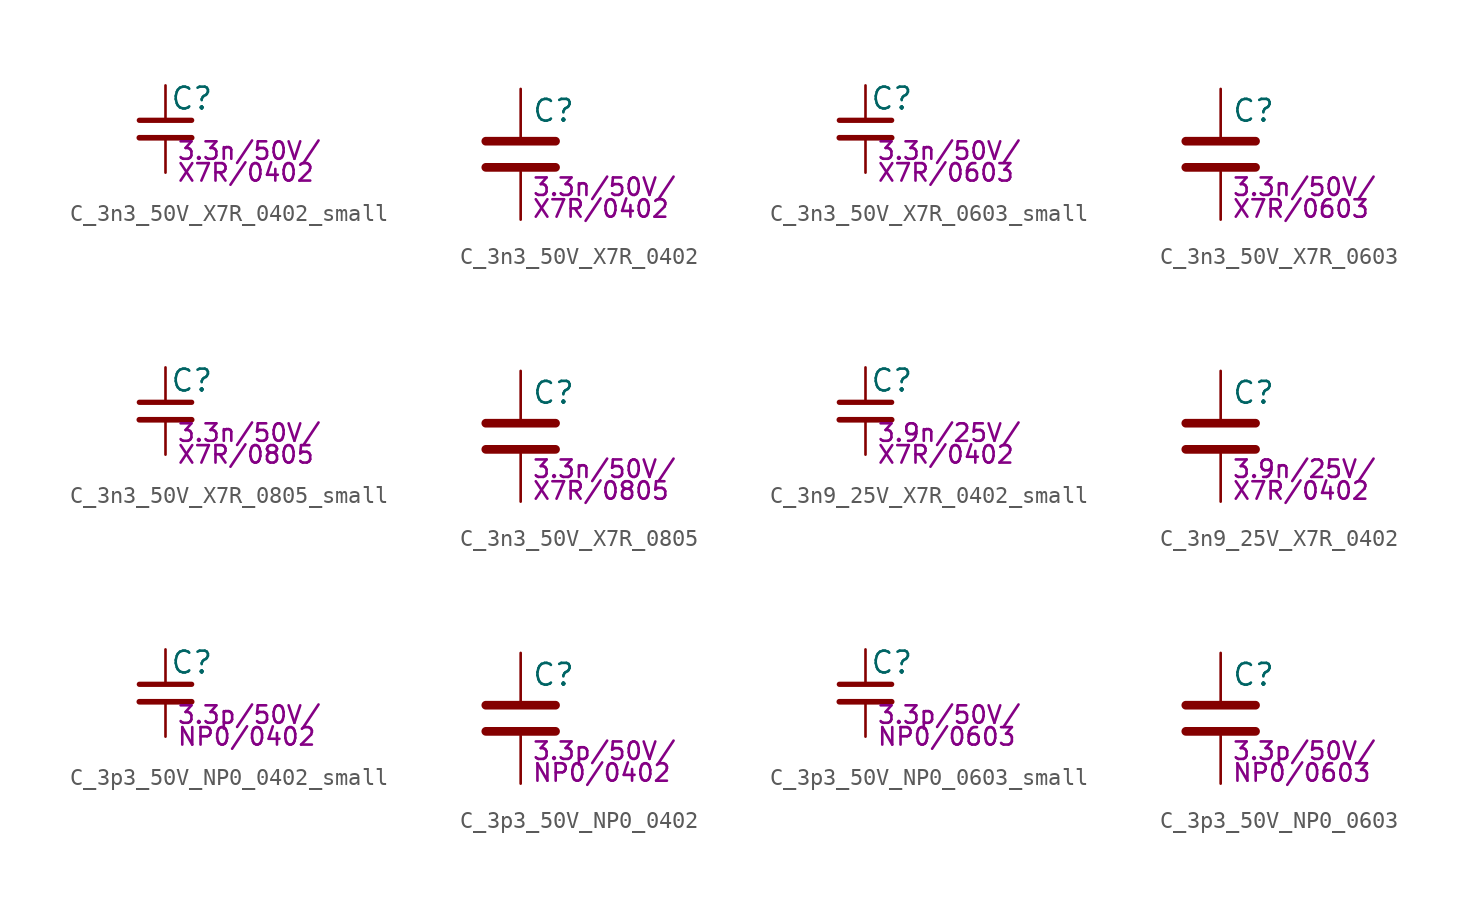
<source format=kicad_sym>
(kicad_symbol_lib
  (version 20211014)
  (generator kicad_symbol_editor)
  (symbol "C_3n3_50V_X7R_0402_small"
    (pin_numbers hide)
    (pin_names
      (offset 0.254) hide)
    (property "Reference" "C"
      (at 0.254 1.778 0)
      (effects (font (size 1.27 1.27)) (justify left)))
    (property "Params" "3.3n/50V/"
      (at 0.635 -1.27 0)
      (effects (font (size 1.016 1.016)) (justify left)))
    (property "Params2" "X7R/0402"
      (at 0.635 -2.54 0)
      (effects (font (size 1.016 1.016)) (justify left)))
    (symbol "C_3n3_50V_X7R_0402_small_0_1"
      (polyline (pts (xy -1.524 -0.508) (xy 1.524 -0.508)) (stroke (width 0.33) (type default) (color 0 0 0 0)) (fill (type none)))
      (polyline (pts (xy -1.524 0.508) (xy 1.524 0.508)) (stroke (width 0.305) (type default) (color 0 0 0 0)) (fill (type none))))
    (symbol "C_3n3_50V_X7R_0402_small_1_1"
      (pin passive line (at 0 2.54 270) (length 2.032) (name "~" (effects (font (size 1.27 1.27)))) (number "1" (effects (font (size 1.27 1.27)))))
      (pin passive line (at 0 -2.54 90) (length 2.032) (name "~" (effects (font (size 1.27 1.27)))) (number "2" (effects (font (size 1.27 1.27)))))))
  (symbol "C_3n3_50V_X7R_0402"
    (pin_numbers hide)
    (pin_names
      (offset 0.254))
    (property "Reference" "C"
      (at 0.635 2.54 0)
      (effects (font (size 1.27 1.27)) (justify left)))
    (property "Params" "3.3n/50V/"
      (at 0.635 -1.905 0)
      (effects (font (size 1.016 1.016)) (justify left)))
    (property "Params2" "X7R/0402"
      (at 0.635 -3.175 0)
      (effects (font (size 1.016 1.016)) (justify left)))
    (symbol "C_3n3_50V_X7R_0402_0_1"
      (polyline (pts (xy -2.032 -0.762) (xy 2.032 -0.762)) (stroke (width 0.508) (type default) (color 0 0 0 0)) (fill (type none)))
      (polyline (pts (xy -2.032 0.762) (xy 2.032 0.762)) (stroke (width 0.508) (type default) (color 0 0 0 0)) (fill (type none))))
    (symbol "C_3n3_50V_X7R_0402_1_1"
      (pin passive line (at 0 3.81 270) (length 2.794) (name "~" (effects (font (size 1.27 1.27)))) (number "1" (effects (font (size 1.27 1.27)))))
      (pin passive line (at 0 -3.81 90) (length 2.794) (name "~" (effects (font (size 1.27 1.27)))) (number "2" (effects (font (size 1.27 1.27)))))))
  (symbol "C_3n3_50V_X7R_0603_small"
    (pin_numbers hide)
    (pin_names
      (offset 0.254) hide)
    (property "Reference" "C"
      (at 0.254 1.778 0)
      (effects (font (size 1.27 1.27)) (justify left)))
    (property "Params" "3.3n/50V/"
      (at 0.635 -1.27 0)
      (effects (font (size 1.016 1.016)) (justify left)))
    (property "Params2" "X7R/0603"
      (at 0.635 -2.54 0)
      (effects (font (size 1.016 1.016)) (justify left)))
    (symbol "C_3n3_50V_X7R_0603_small_0_1"
      (polyline (pts (xy -1.524 -0.508) (xy 1.524 -0.508)) (stroke (width 0.33) (type default) (color 0 0 0 0)) (fill (type none)))
      (polyline (pts (xy -1.524 0.508) (xy 1.524 0.508)) (stroke (width 0.305) (type default) (color 0 0 0 0)) (fill (type none))))
    (symbol "C_3n3_50V_X7R_0603_small_1_1"
      (pin passive line (at 0 2.54 270) (length 2.032) (name "~" (effects (font (size 1.27 1.27)))) (number "1" (effects (font (size 1.27 1.27)))))
      (pin passive line (at 0 -2.54 90) (length 2.032) (name "~" (effects (font (size 1.27 1.27)))) (number "2" (effects (font (size 1.27 1.27)))))))
  (symbol "C_3n3_50V_X7R_0603"
    (pin_numbers hide)
    (pin_names
      (offset 0.254))
    (property "Reference" "C"
      (at 0.635 2.54 0)
      (effects (font (size 1.27 1.27)) (justify left)))
    (property "Params" "3.3n/50V/"
      (at 0.635 -1.905 0)
      (effects (font (size 1.016 1.016)) (justify left)))
    (property "Params2" "X7R/0603"
      (at 0.635 -3.175 0)
      (effects (font (size 1.016 1.016)) (justify left)))
    (symbol "C_3n3_50V_X7R_0603_0_1"
      (polyline (pts (xy -2.032 -0.762) (xy 2.032 -0.762)) (stroke (width 0.508) (type default) (color 0 0 0 0)) (fill (type none)))
      (polyline (pts (xy -2.032 0.762) (xy 2.032 0.762)) (stroke (width 0.508) (type default) (color 0 0 0 0)) (fill (type none))))
    (symbol "C_3n3_50V_X7R_0603_1_1"
      (pin passive line (at 0 3.81 270) (length 2.794) (name "~" (effects (font (size 1.27 1.27)))) (number "1" (effects (font (size 1.27 1.27)))))
      (pin passive line (at 0 -3.81 90) (length 2.794) (name "~" (effects (font (size 1.27 1.27)))) (number "2" (effects (font (size 1.27 1.27)))))))
  (symbol "C_3n3_50V_X7R_0805_small"
    (pin_numbers hide)
    (pin_names
      (offset 0.254) hide)
    (property "Reference" "C"
      (at 0.254 1.778 0)
      (effects (font (size 1.27 1.27)) (justify left)))
    (property "Params" "3.3n/50V/"
      (at 0.635 -1.27 0)
      (effects (font (size 1.016 1.016)) (justify left)))
    (property "Params2" "X7R/0805"
      (at 0.635 -2.54 0)
      (effects (font (size 1.016 1.016)) (justify left)))
    (symbol "C_3n3_50V_X7R_0805_small_0_1"
      (polyline (pts (xy -1.524 -0.508) (xy 1.524 -0.508)) (stroke (width 0.33) (type default) (color 0 0 0 0)) (fill (type none)))
      (polyline (pts (xy -1.524 0.508) (xy 1.524 0.508)) (stroke (width 0.305) (type default) (color 0 0 0 0)) (fill (type none))))
    (symbol "C_3n3_50V_X7R_0805_small_1_1"
      (pin passive line (at 0 2.54 270) (length 2.032) (name "~" (effects (font (size 1.27 1.27)))) (number "1" (effects (font (size 1.27 1.27)))))
      (pin passive line (at 0 -2.54 90) (length 2.032) (name "~" (effects (font (size 1.27 1.27)))) (number "2" (effects (font (size 1.27 1.27)))))))
  (symbol "C_3n3_50V_X7R_0805"
    (pin_numbers hide)
    (pin_names
      (offset 0.254))
    (property "Reference" "C"
      (at 0.635 2.54 0)
      (effects (font (size 1.27 1.27)) (justify left)))
    (property "Params" "3.3n/50V/"
      (at 0.635 -1.905 0)
      (effects (font (size 1.016 1.016)) (justify left)))
    (property "Params2" "X7R/0805"
      (at 0.635 -3.175 0)
      (effects (font (size 1.016 1.016)) (justify left)))
    (symbol "C_3n3_50V_X7R_0805_0_1"
      (polyline (pts (xy -2.032 -0.762) (xy 2.032 -0.762)) (stroke (width 0.508) (type default) (color 0 0 0 0)) (fill (type none)))
      (polyline (pts (xy -2.032 0.762) (xy 2.032 0.762)) (stroke (width 0.508) (type default) (color 0 0 0 0)) (fill (type none))))
    (symbol "C_3n3_50V_X7R_0805_1_1"
      (pin passive line (at 0 3.81 270) (length 2.794) (name "~" (effects (font (size 1.27 1.27)))) (number "1" (effects (font (size 1.27 1.27)))))
      (pin passive line (at 0 -3.81 90) (length 2.794) (name "~" (effects (font (size 1.27 1.27)))) (number "2" (effects (font (size 1.27 1.27)))))))
  (symbol "C_3n9_25V_X7R_0402_small"
    (pin_numbers hide)
    (pin_names
      (offset 0.254) hide)
    (property "Reference" "C"
      (at 0.254 1.778 0)
      (effects (font (size 1.27 1.27)) (justify left)))
    (property "Params" "3.9n/25V/"
      (at 0.635 -1.27 0)
      (effects (font (size 1.016 1.016)) (justify left)))
    (property "Params2" "X7R/0402"
      (at 0.635 -2.54 0)
      (effects (font (size 1.016 1.016)) (justify left)))
    (symbol "C_3n9_25V_X7R_0402_small_0_1"
      (polyline (pts (xy -1.524 -0.508) (xy 1.524 -0.508)) (stroke (width 0.33) (type default) (color 0 0 0 0)) (fill (type none)))
      (polyline (pts (xy -1.524 0.508) (xy 1.524 0.508)) (stroke (width 0.305) (type default) (color 0 0 0 0)) (fill (type none))))
    (symbol "C_3n9_25V_X7R_0402_small_1_1"
      (pin passive line (at 0 2.54 270) (length 2.032) (name "~" (effects (font (size 1.27 1.27)))) (number "1" (effects (font (size 1.27 1.27)))))
      (pin passive line (at 0 -2.54 90) (length 2.032) (name "~" (effects (font (size 1.27 1.27)))) (number "2" (effects (font (size 1.27 1.27)))))))
  (symbol "C_3n9_25V_X7R_0402"
    (pin_numbers hide)
    (pin_names
      (offset 0.254))
    (property "Reference" "C"
      (at 0.635 2.54 0)
      (effects (font (size 1.27 1.27)) (justify left)))
    (property "Params" "3.9n/25V/"
      (at 0.635 -1.905 0)
      (effects (font (size 1.016 1.016)) (justify left)))
    (property "Params2" "X7R/0402"
      (at 0.635 -3.175 0)
      (effects (font (size 1.016 1.016)) (justify left)))
    (symbol "C_3n9_25V_X7R_0402_0_1"
      (polyline (pts (xy -2.032 -0.762) (xy 2.032 -0.762)) (stroke (width 0.508) (type default) (color 0 0 0 0)) (fill (type none)))
      (polyline (pts (xy -2.032 0.762) (xy 2.032 0.762)) (stroke (width 0.508) (type default) (color 0 0 0 0)) (fill (type none))))
    (symbol "C_3n9_25V_X7R_0402_1_1"
      (pin passive line (at 0 3.81 270) (length 2.794) (name "~" (effects (font (size 1.27 1.27)))) (number "1" (effects (font (size 1.27 1.27)))))
      (pin passive line (at 0 -3.81 90) (length 2.794) (name "~" (effects (font (size 1.27 1.27)))) (number "2" (effects (font (size 1.27 1.27)))))))
  (symbol "C_3p3_50V_NP0_0402_small"
    (pin_numbers hide)
    (pin_names
      (offset 0.254) hide)
    (property "Reference" "C"
      (at 0.254 1.778 0)
      (effects (font (size 1.27 1.27)) (justify left)))
    (property "Params" "3.3p/50V/"
      (at 0.635 -1.27 0)
      (effects (font (size 1.016 1.016)) (justify left)))
    (property "Params2" "NP0/0402"
      (at 0.635 -2.54 0)
      (effects (font (size 1.016 1.016)) (justify left)))
    (symbol "C_3p3_50V_NP0_0402_small_0_1"
      (polyline (pts (xy -1.524 -0.508) (xy 1.524 -0.508)) (stroke (width 0.33) (type default) (color 0 0 0 0)) (fill (type none)))
      (polyline (pts (xy -1.524 0.508) (xy 1.524 0.508)) (stroke (width 0.305) (type default) (color 0 0 0 0)) (fill (type none))))
    (symbol "C_3p3_50V_NP0_0402_small_1_1"
      (pin passive line (at 0 2.54 270) (length 2.032) (name "~" (effects (font (size 1.27 1.27)))) (number "1" (effects (font (size 1.27 1.27)))))
      (pin passive line (at 0 -2.54 90) (length 2.032) (name "~" (effects (font (size 1.27 1.27)))) (number "2" (effects (font (size 1.27 1.27)))))))
  (symbol "C_3p3_50V_NP0_0402"
    (pin_numbers hide)
    (pin_names
      (offset 0.254))
    (property "Reference" "C"
      (at 0.635 2.54 0)
      (effects (font (size 1.27 1.27)) (justify left)))
    (property "Params" "3.3p/50V/"
      (at 0.635 -1.905 0)
      (effects (font (size 1.016 1.016)) (justify left)))
    (property "Params2" "NP0/0402"
      (at 0.635 -3.175 0)
      (effects (font (size 1.016 1.016)) (justify left)))
    (symbol "C_3p3_50V_NP0_0402_0_1"
      (polyline (pts (xy -2.032 -0.762) (xy 2.032 -0.762)) (stroke (width 0.508) (type default) (color 0 0 0 0)) (fill (type none)))
      (polyline (pts (xy -2.032 0.762) (xy 2.032 0.762)) (stroke (width 0.508) (type default) (color 0 0 0 0)) (fill (type none))))
    (symbol "C_3p3_50V_NP0_0402_1_1"
      (pin passive line (at 0 3.81 270) (length 2.794) (name "~" (effects (font (size 1.27 1.27)))) (number "1" (effects (font (size 1.27 1.27)))))
      (pin passive line (at 0 -3.81 90) (length 2.794) (name "~" (effects (font (size 1.27 1.27)))) (number "2" (effects (font (size 1.27 1.27)))))))
  (symbol "C_3p3_50V_NP0_0603_small"
    (pin_numbers hide)
    (pin_names
      (offset 0.254) hide)
    (property "Reference" "C"
      (at 0.254 1.778 0)
      (effects (font (size 1.27 1.27)) (justify left)))
    (property "Params" "3.3p/50V/"
      (at 0.635 -1.27 0)
      (effects (font (size 1.016 1.016)) (justify left)))
    (property "Params2" "NP0/0603"
      (at 0.635 -2.54 0)
      (effects (font (size 1.016 1.016)) (justify left)))
    (symbol "C_3p3_50V_NP0_0603_small_0_1"
      (polyline (pts (xy -1.524 -0.508) (xy 1.524 -0.508)) (stroke (width 0.33) (type default) (color 0 0 0 0)) (fill (type none)))
      (polyline (pts (xy -1.524 0.508) (xy 1.524 0.508)) (stroke (width 0.305) (type default) (color 0 0 0 0)) (fill (type none))))
    (symbol "C_3p3_50V_NP0_0603_small_1_1"
      (pin passive line (at 0 2.54 270) (length 2.032) (name "~" (effects (font (size 1.27 1.27)))) (number "1" (effects (font (size 1.27 1.27)))))
      (pin passive line (at 0 -2.54 90) (length 2.032) (name "~" (effects (font (size 1.27 1.27)))) (number "2" (effects (font (size 1.27 1.27)))))))
  (symbol "C_3p3_50V_NP0_0603"
    (pin_numbers hide)
    (pin_names
      (offset 0.254))
    (property "Reference" "C"
      (at 0.635 2.54 0)
      (effects (font (size 1.27 1.27)) (justify left)))
    (property "Params" "3.3p/50V/"
      (at 0.635 -1.905 0)
      (effects (font (size 1.016 1.016)) (justify left)))
    (property "Params2" "NP0/0603"
      (at 0.635 -3.175 0)
      (effects (font (size 1.016 1.016)) (justify left)))
    (symbol "C_3p3_50V_NP0_0603_0_1"
      (polyline (pts (xy -2.032 -0.762) (xy 2.032 -0.762)) (stroke (width 0.508) (type default) (color 0 0 0 0)) (fill (type none)))
      (polyline (pts (xy -2.032 0.762) (xy 2.032 0.762)) (stroke (width 0.508) (type default) (color 0 0 0 0)) (fill (type none))))
    (symbol "C_3p3_50V_NP0_0603_1_1"
      (pin passive line (at 0 3.81 270) (length 2.794) (name "~" (effects (font (size 1.27 1.27)))) (number "1" (effects (font (size 1.27 1.27)))))
      (pin passive line (at 0 -3.81 90) (length 2.794) (name "~" (effects (font (size 1.27 1.27)))) (number "2" (effects (font (size 1.27 1.27))))))))
</source>
